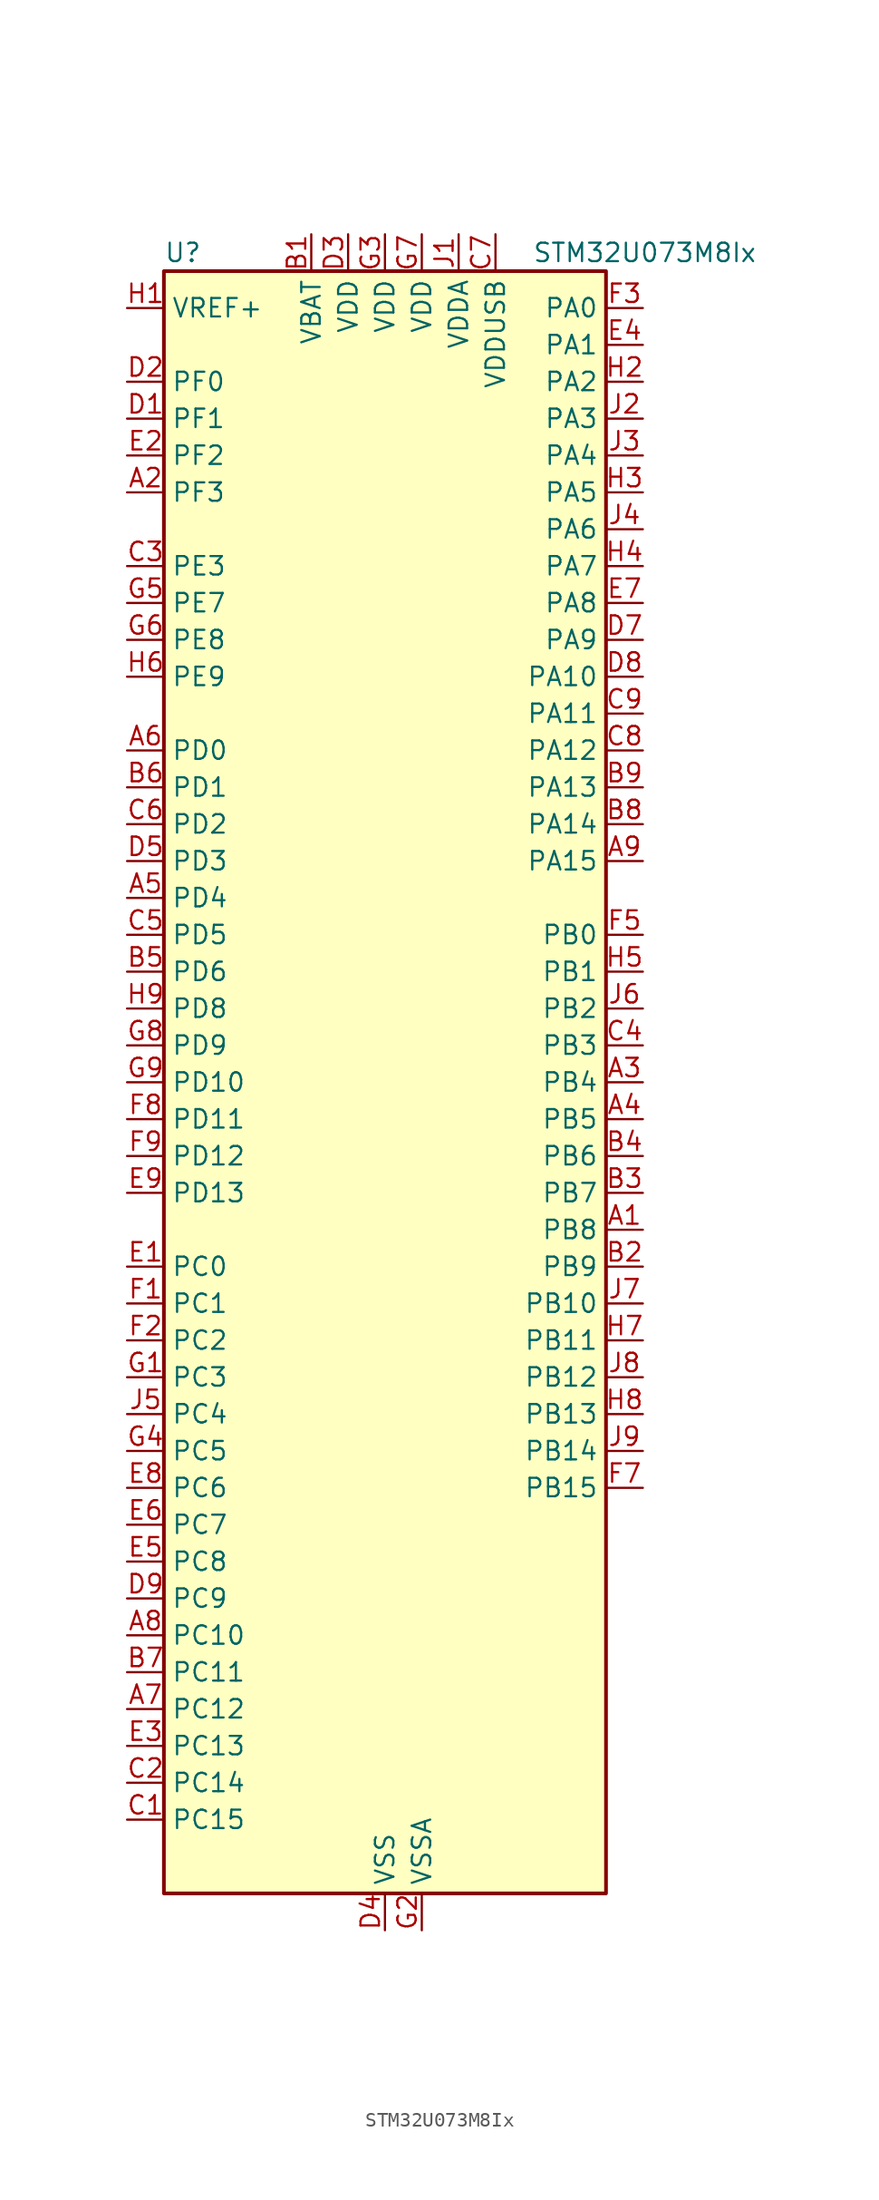
<source format=kicad_sym>
(kicad_symbol_lib
  (version 20231120)
  (generator "kicad_symbol_editor")
  (generator_version "8.99")
  (symbol "STM32U073M8Ix"
    (property "Reference" "U"
      (at -15.24 57.15 0)
      (effects (font (size 1.27 1.27)) (justify left)))
    (property "Value" "STM32U073M8Ix"
      (at 10.16 57.15 0)
      (effects (font (size 1.27 1.27)) (justify left)))
    (property "ki_locked" ""
      (at 0 0 0)
      (effects (font (size 1.27 1.27))))
    (symbol "STM32U073M8Ix_0_1"
      (rectangle (start -15.24 -55.88) (end 15.24 55.88) (stroke (width 0.254) (type default)) (fill (type background))))
    (symbol "STM32U073M8Ix_1_1"
      (pin bidirectional line (at 17.78 -10.16 180) (length 2.54) (name "PB8" (effects (font (size 1.27 1.27)))) (number "A1" (effects (font (size 1.27 1.27)))) (alternate "I2C1_SCL" bidirectional line) (alternate "I2C2_SCL" bidirectional line) (alternate "LCD_SEG16" bidirectional line) (alternate "LPTIM1_IN2" bidirectional line) (alternate "LPTIM3_IN2" bidirectional line) (alternate "TIM16_CH1" bidirectional line) (alternate "USART3_TX" bidirectional line))
      (pin bidirectional line (at -17.78 40.64 0) (length 2.54) (name "PF3" (effects (font (size 1.27 1.27)))) (number "A2" (effects (font (size 1.27 1.27)))))
      (pin bidirectional line (at 17.78 0 180) (length 2.54) (name "PB4" (effects (font (size 1.27 1.27)))) (number "A3" (effects (font (size 1.27 1.27)))) (alternate "COMP2_INP" bidirectional line) (alternate "I2C2_SDA" bidirectional line) (alternate "I2C3_SDA" bidirectional line) (alternate "LCD_SEG8" bidirectional line) (alternate "LPTIM1_CH4" bidirectional line) (alternate "LPUART3_DE" bidirectional line) (alternate "LPUART3_RTS" bidirectional line) (alternate "SPI1_MISO" bidirectional line) (alternate "SPI3_MISO" bidirectional line) (alternate "TIM3_CH1" bidirectional line) (alternate "TSC_G2_IO1" bidirectional line) (alternate "USART1_CTS" bidirectional line))
      (pin bidirectional line (at 17.78 -2.54 180) (length 2.54) (name "PB5" (effects (font (size 1.27 1.27)))) (number "A4" (effects (font (size 1.27 1.27)))) (alternate "COMP2_OUT" bidirectional line) (alternate "LCD_SEG9" bidirectional line) (alternate "LPTIM1_IN1" bidirectional line) (alternate "LPUART3_CTS" bidirectional line) (alternate "SPI1_MOSI" bidirectional line) (alternate "SPI3_MOSI" bidirectional line) (alternate "TIM16_BKIN" bidirectional line) (alternate "TIM3_CH2" bidirectional line) (alternate "TSC_G2_IO2" bidirectional line) (alternate "USART1_CK" bidirectional line))
      (pin bidirectional line (at -17.78 12.7 0) (length 2.54) (name "PD4" (effects (font (size 1.27 1.27)))) (number "A5" (effects (font (size 1.27 1.27)))) (alternate "LCD_SEG37" bidirectional line) (alternate "LPTIM1_CH3" bidirectional line) (alternate "SPI2_MOSI" bidirectional line) (alternate "USART2_DE" bidirectional line) (alternate "USART2_RTS" bidirectional line))
      (pin bidirectional line (at -17.78 22.86 0) (length 2.54) (name "PD0" (effects (font (size 1.27 1.27)))) (number "A6" (effects (font (size 1.27 1.27)))) (alternate "LCD_SEG34" bidirectional line) (alternate "SPI2_NSS" bidirectional line))
      (pin bidirectional line (at -17.78 -43.18 0) (length 2.54) (name "PC12" (effects (font (size 1.27 1.27)))) (number "A7" (effects (font (size 1.27 1.27)))) (alternate "LCD_COM6" bidirectional line) (alternate "LCD_SEG30" bidirectional line) (alternate "LCD_SEG50" bidirectional line) (alternate "LPTIM3_CH3" bidirectional line) (alternate "SPI3_MOSI" bidirectional line) (alternate "USART3_CK" bidirectional line) (alternate "USART4_CK" bidirectional line))
      (pin bidirectional line (at -17.78 -38.1 0) (length 2.54) (name "PC10" (effects (font (size 1.27 1.27)))) (number "A8" (effects (font (size 1.27 1.27)))) (alternate "LCD_COM4" bidirectional line) (alternate "LCD_SEG28" bidirectional line) (alternate "LCD_SEG48" bidirectional line) (alternate "LPTIM3_ETR" bidirectional line) (alternate "SPI3_SCK" bidirectional line) (alternate "TSC_G3_IO2" bidirectional line) (alternate "USART3_TX" bidirectional line) (alternate "USART4_TX" bidirectional line))
      (pin bidirectional line (at 17.78 15.24 180) (length 2.54) (name "PA15" (effects (font (size 1.27 1.27)))) (number "A9" (effects (font (size 1.27 1.27)))) (alternate "DEBUG_JTDI" bidirectional line) (alternate "LCD_SEG17" bidirectional line) (alternate "LPTIM3_CH3" bidirectional line) (alternate "LPTIM3_IN2" bidirectional line) (alternate "SPI1_NSS" bidirectional line) (alternate "SPI3_NSS" bidirectional line) (alternate "TIM2_CH1" bidirectional line) (alternate "TIM2_ETR" bidirectional line) (alternate "TSC_G3_IO1" bidirectional line) (alternate "USART2_RX" bidirectional line) (alternate "USART3_DE" bidirectional line) (alternate "USART3_RTS" bidirectional line) (alternate "USART4_DE" bidirectional line) (alternate "USART4_RTS" bidirectional line))
      (pin power_in line (at -5.08 58.42 270) (length 2.54) (name "VBAT" (effects (font (size 1.27 1.27)))) (number "B1" (effects (font (size 1.27 1.27)))))
      (pin bidirectional line (at 17.78 -12.7 180) (length 2.54) (name "PB9" (effects (font (size 1.27 1.27)))) (number "B2" (effects (font (size 1.27 1.27)))) (alternate "DAC1_EXTI9" bidirectional line) (alternate "I2C1_SDA" bidirectional line) (alternate "I2C2_SDA" bidirectional line) (alternate "IR_OUT" bidirectional line) (alternate "LCD_COM3" bidirectional line) (alternate "LPTIM1_CH4" bidirectional line) (alternate "LPTIM3_CH4" bidirectional line) (alternate "SPI2_NSS" bidirectional line) (alternate "USART3_RX" bidirectional line))
      (pin bidirectional line (at 17.78 -7.62 180) (length 2.54) (name "PB7" (effects (font (size 1.27 1.27)))) (number "B3" (effects (font (size 1.27 1.27)))) (alternate "COMP2_INM" bidirectional line) (alternate "I2C1_SDA" bidirectional line) (alternate "I2C2_SDA" bidirectional line) (alternate "I2C4_SDA" bidirectional line) (alternate "LCD_SEG21" bidirectional line) (alternate "LPTIM1_IN2" bidirectional line) (alternate "LPUART2_RX" bidirectional line) (alternate "LPUART3_RX" bidirectional line) (alternate "PWR_PVD_IN" bidirectional line) (alternate "TSC_G2_IO4" bidirectional line) (alternate "USART1_RX" bidirectional line) (alternate "USART4_CTS" bidirectional line))
      (pin bidirectional line (at 17.78 -5.08 180) (length 2.54) (name "PB6" (effects (font (size 1.27 1.27)))) (number "B4" (effects (font (size 1.27 1.27)))) (alternate "COMP2_INP" bidirectional line) (alternate "I2C1_SCL" bidirectional line) (alternate "I2C2_SCL" bidirectional line) (alternate "I2C4_SCL" bidirectional line) (alternate "LPTIM1_ETR" bidirectional line) (alternate "LPUART2_TX" bidirectional line) (alternate "LPUART3_TX" bidirectional line) (alternate "TIM16_CH1N" bidirectional line) (alternate "TSC_G2_IO3" bidirectional line) (alternate "USART1_TX" bidirectional line))
      (pin bidirectional line (at -17.78 7.62 0) (length 2.54) (name "PD6" (effects (font (size 1.27 1.27)))) (number "B5" (effects (font (size 1.27 1.27)))) (alternate "LCD_SEG39" bidirectional line) (alternate "USART2_RX" bidirectional line))
      (pin bidirectional line (at -17.78 20.32 0) (length 2.54) (name "PD1" (effects (font (size 1.27 1.27)))) (number "B6" (effects (font (size 1.27 1.27)))) (alternate "LCD_SEG35" bidirectional line) (alternate "LPTIM1_CH4" bidirectional line) (alternate "SPI2_SCK" bidirectional line))
      (pin bidirectional line (at -17.78 -40.64 0) (length 2.54) (name "PC11" (effects (font (size 1.27 1.27)))) (number "B7" (effects (font (size 1.27 1.27)))) (alternate "ADC1_EXTI11" bidirectional line) (alternate "LCD_COM5" bidirectional line) (alternate "LCD_SEG29" bidirectional line) (alternate "LCD_SEG49" bidirectional line) (alternate "LPTIM3_IN1" bidirectional line) (alternate "SPI3_MISO" bidirectional line) (alternate "TSC_G3_IO3" bidirectional line) (alternate "USART3_RX" bidirectional line) (alternate "USART4_RX" bidirectional line))
      (pin bidirectional line (at 17.78 17.78 180) (length 2.54) (name "PA14" (effects (font (size 1.27 1.27)))) (number "B8" (effects (font (size 1.27 1.27)))) (alternate "DEBUG_JTCK-SWCLK" bidirectional line) (alternate "LCD_SEG41" bidirectional line) (alternate "LPTIM1_CH1" bidirectional line) (alternate "TSC_G3_IO4" bidirectional line))
      (pin bidirectional line (at 17.78 20.32 180) (length 2.54) (name "PA13" (effects (font (size 1.27 1.27)))) (number "B9" (effects (font (size 1.27 1.27)))) (alternate "DEBUG_JTMS-SWDIO" bidirectional line) (alternate "IR_OUT" bidirectional line) (alternate "LCD_SEG40" bidirectional line) (alternate "TSC_G7_IO4" bidirectional line) (alternate "USB_NOE" bidirectional line))
      (pin bidirectional line (at -17.78 -50.8 0) (length 2.54) (name "PC15" (effects (font (size 1.27 1.27)))) (number "C1" (effects (font (size 1.27 1.27)))) (alternate "RCC_OSC32_EN" bidirectional line) (alternate "RCC_OSC32_OUT" bidirectional line) (alternate "RCC_OSC_EN" bidirectional line))
      (pin bidirectional line (at -17.78 -48.26 0) (length 2.54) (name "PC14" (effects (font (size 1.27 1.27)))) (number "C2" (effects (font (size 1.27 1.27)))) (alternate "RCC_OSC32_IN" bidirectional line))
      (pin bidirectional line (at -17.78 35.56 0) (length 2.54) (name "PE3" (effects (font (size 1.27 1.27)))) (number "C3" (effects (font (size 1.27 1.27)))) (alternate "TIM3_CH1" bidirectional line))
      (pin bidirectional line (at 17.78 2.54 180) (length 2.54) (name "PB3" (effects (font (size 1.27 1.27)))) (number "C4" (effects (font (size 1.27 1.27)))) (alternate "COMP2_INM" bidirectional line) (alternate "DEBUG_JTDO-SWO" bidirectional line) (alternate "I2C2_SCL" bidirectional line) (alternate "I2C3_SCL" bidirectional line) (alternate "LCD_SEG7" bidirectional line) (alternate "LPTIM1_CH3" bidirectional line) (alternate "SPI1_SCK" bidirectional line) (alternate "SPI3_SCK" bidirectional line) (alternate "TIM2_CH2" bidirectional line) (alternate "USART1_DE" bidirectional line) (alternate "USART1_RTS" bidirectional line))
      (pin bidirectional line (at -17.78 10.16 0) (length 2.54) (name "PD5" (effects (font (size 1.27 1.27)))) (number "C5" (effects (font (size 1.27 1.27)))) (alternate "LCD_SEG38" bidirectional line) (alternate "USART2_TX" bidirectional line))
      (pin bidirectional line (at -17.78 17.78 0) (length 2.54) (name "PD2" (effects (font (size 1.27 1.27)))) (number "C6" (effects (font (size 1.27 1.27)))) (alternate "LCD_COM7" bidirectional line) (alternate "LCD_SEG31" bidirectional line) (alternate "LCD_SEG51" bidirectional line) (alternate "TIM3_ETR" bidirectional line) (alternate "TSC_SYNC" bidirectional line) (alternate "USART3_DE" bidirectional line) (alternate "USART3_RTS" bidirectional line))
      (pin power_in line (at 7.62 58.42 270) (length 2.54) (name "VDDUSB" (effects (font (size 1.27 1.27)))) (number "C7" (effects (font (size 1.27 1.27)))))
      (pin bidirectional line (at 17.78 22.86 180) (length 2.54) (name "PA12" (effects (font (size 1.27 1.27)))) (number "C8" (effects (font (size 1.27 1.27)))) (alternate "SPI1_MOSI" bidirectional line) (alternate "SPI2_MOSI" bidirectional line) (alternate "TIM1_ETR" bidirectional line) (alternate "USART1_DE" bidirectional line) (alternate "USART1_RTS" bidirectional line) (alternate "USB_DP" bidirectional line))
      (pin bidirectional line (at 17.78 25.4 180) (length 2.54) (name "PA11" (effects (font (size 1.27 1.27)))) (number "C9" (effects (font (size 1.27 1.27)))) (alternate "ADC1_EXTI11" bidirectional line) (alternate "COMP1_OUT" bidirectional line) (alternate "SPI1_MISO" bidirectional line) (alternate "SPI2_MISO" bidirectional line) (alternate "TIM1_BKIN2" bidirectional line) (alternate "TIM1_CH4" bidirectional line) (alternate "USART1_CTS" bidirectional line) (alternate "USB_DM" bidirectional line))
      (pin bidirectional line (at -17.78 45.72 0) (length 2.54) (name "PF1" (effects (font (size 1.27 1.27)))) (number "D1" (effects (font (size 1.27 1.27)))) (alternate "RCC_OSC_EN" bidirectional line) (alternate "RCC_OSC_OUT" bidirectional line))
      (pin bidirectional line (at -17.78 48.26 0) (length 2.54) (name "PF0" (effects (font (size 1.27 1.27)))) (number "D2" (effects (font (size 1.27 1.27)))) (alternate "RCC_OSC_IN" bidirectional line))
      (pin power_in line (at -2.54 58.42 270) (length 2.54) (name "VDD" (effects (font (size 1.27 1.27)))) (number "D3" (effects (font (size 1.27 1.27)))))
      (pin power_in line (at 0 -58.42 90) (length 2.54) (name "VSS" (effects (font (size 1.27 1.27)))) (number "D4" (effects (font (size 1.27 1.27)))))
      (pin bidirectional line (at -17.78 15.24 0) (length 2.54) (name "PD3" (effects (font (size 1.27 1.27)))) (number "D5" (effects (font (size 1.27 1.27)))) (alternate "LCD_SEG36" bidirectional line) (alternate "SPI2_MISO" bidirectional line) (alternate "USART2_CTS" bidirectional line))
      (pin passive line (at 0 -58.42 90) (length 2.54) hide (name "VSS" (effects (font (size 1.27 1.27)))) (number "D6" (effects (font (size 1.27 1.27)))))
      (pin bidirectional line (at 17.78 30.48 180) (length 2.54) (name "PA9" (effects (font (size 1.27 1.27)))) (number "D7" (effects (font (size 1.27 1.27)))) (alternate "COMP1_INP" bidirectional line) (alternate "DAC1_EXTI9" bidirectional line) (alternate "I2C1_SCL" bidirectional line) (alternate "I2C2_SCL" bidirectional line) (alternate "LCD_COM1" bidirectional line) (alternate "RCC_MCO" bidirectional line) (alternate "TIM15_BKIN" bidirectional line) (alternate "TIM1_CH2" bidirectional line) (alternate "TSC_G7_IO2" bidirectional line) (alternate "USART1_TX" bidirectional line))
      (pin bidirectional line (at 17.78 27.94 180) (length 2.54) (name "PA10" (effects (font (size 1.27 1.27)))) (number "D8" (effects (font (size 1.27 1.27)))) (alternate "CRS_SYNC" bidirectional line) (alternate "I2C1_SDA" bidirectional line) (alternate "I2C2_SDA" bidirectional line) (alternate "LCD_COM2" bidirectional line) (alternate "RCC_MCO2" bidirectional line) (alternate "SPI2_NSS" bidirectional line) (alternate "TIM1_CH3" bidirectional line) (alternate "TSC_G7_IO3" bidirectional line) (alternate "USART1_RX" bidirectional line))
      (pin bidirectional line (at -17.78 -35.56 0) (length 2.54) (name "PC9" (effects (font (size 1.27 1.27)))) (number "D9" (effects (font (size 1.27 1.27)))) (alternate "DAC1_EXTI9" bidirectional line) (alternate "LCD_SEG27" bidirectional line) (alternate "LPTIM3_CH2" bidirectional line) (alternate "TIM3_CH4" bidirectional line) (alternate "TSC_G4_IO4" bidirectional line) (alternate "USB_NOE" bidirectional line))
      (pin bidirectional line (at -17.78 -12.7 0) (length 2.54) (name "PC0" (effects (font (size 1.27 1.27)))) (number "E1" (effects (font (size 1.27 1.27)))) (alternate "ADC1_IN0" bidirectional line) (alternate "I2C3_SCL" bidirectional line) (alternate "I2C4_SCL" bidirectional line) (alternate "LCD_BIAS1" bidirectional line) (alternate "LCD_SEG18" bidirectional line) (alternate "LPTIM1_IN1" bidirectional line) (alternate "LPTIM2_IN1" bidirectional line) (alternate "LPUART1_RX" bidirectional line) (alternate "LPUART2_TX" bidirectional line))
      (pin bidirectional line (at -17.78 43.18 0) (length 2.54) (name "PF2" (effects (font (size 1.27 1.27)))) (number "E2" (effects (font (size 1.27 1.27)))) (alternate "RCC_MCO" bidirectional line))
      (pin bidirectional line (at -17.78 -45.72 0) (length 2.54) (name "PC13" (effects (font (size 1.27 1.27)))) (number "E3" (effects (font (size 1.27 1.27)))) (alternate "LPTIM1_CH3" bidirectional line) (alternate "LPTIM3_CH3" bidirectional line) (alternate "PWR_WKUP2" bidirectional line) (alternate "RTC_OUT1" bidirectional line) (alternate "RTC_TS" bidirectional line) (alternate "TAMP_IN1" bidirectional line))
      (pin bidirectional line (at 17.78 50.8 180) (length 2.54) (name "PA1" (effects (font (size 1.27 1.27)))) (number "E4" (effects (font (size 1.27 1.27)))) (alternate "ADC1_IN5" bidirectional line) (alternate "COMP1_INP" bidirectional line) (alternate "LCD_SEG0" bidirectional line) (alternate "LPTIM1_CH2" bidirectional line) (alternate "OPAMP1_VINM" bidirectional line) (alternate "PWR_WKUP3" bidirectional line) (alternate "SPI1_SCK" bidirectional line) (alternate "SPI2_SCK" bidirectional line) (alternate "TAMP_IN5" bidirectional line) (alternate "TIM15_CH1N" bidirectional line) (alternate "TIM2_CH2" bidirectional line) (alternate "USART2_DE" bidirectional line) (alternate "USART2_RTS" bidirectional line) (alternate "USART4_RX" bidirectional line))
      (pin bidirectional line (at -17.78 -33.02 0) (length 2.54) (name "PC8" (effects (font (size 1.27 1.27)))) (number "E5" (effects (font (size 1.27 1.27)))) (alternate "LCD_SEG26" bidirectional line) (alternate "LPTIM3_CH1" bidirectional line) (alternate "TIM3_CH3" bidirectional line) (alternate "TSC_G4_IO3" bidirectional line))
      (pin bidirectional line (at -17.78 -30.48 0) (length 2.54) (name "PC7" (effects (font (size 1.27 1.27)))) (number "E6" (effects (font (size 1.27 1.27)))) (alternate "LCD_SEG25" bidirectional line) (alternate "LPTIM2_CH2" bidirectional line) (alternate "LPTIM3_CH4" bidirectional line) (alternate "LPUART2_RX" bidirectional line) (alternate "TIM3_CH2" bidirectional line) (alternate "TSC_G4_IO2" bidirectional line))
      (pin bidirectional line (at 17.78 33.02 180) (length 2.54) (name "PA8" (effects (font (size 1.27 1.27)))) (number "E7" (effects (font (size 1.27 1.27)))) (alternate "LCD_COM0" bidirectional line) (alternate "LPTIM2_CH1" bidirectional line) (alternate "RCC_MCO" bidirectional line) (alternate "RCC_MCO2" bidirectional line) (alternate "TIM1_CH1" bidirectional line) (alternate "TSC_G7_IO1" bidirectional line) (alternate "USART1_CK" bidirectional line))
      (pin bidirectional line (at -17.78 -27.94 0) (length 2.54) (name "PC6" (effects (font (size 1.27 1.27)))) (number "E8" (effects (font (size 1.27 1.27)))) (alternate "COMP1_INP" bidirectional line) (alternate "LCD_SEG24" bidirectional line) (alternate "LPUART2_TX" bidirectional line) (alternate "TIM3_CH1" bidirectional line) (alternate "TSC_G4_IO1" bidirectional line))
      (pin bidirectional line (at -17.78 -7.62 0) (length 2.54) (name "PD13" (effects (font (size 1.27 1.27)))) (number "E9" (effects (font (size 1.27 1.27)))) (alternate "I2C4_SDA" bidirectional line) (alternate "LCD_SEG33" bidirectional line) (alternate "LPTIM2_CH1" bidirectional line) (alternate "TSC_G6_IO4" bidirectional line))
      (pin bidirectional line (at -17.78 -15.24 0) (length 2.54) (name "PC1" (effects (font (size 1.27 1.27)))) (number "F1" (effects (font (size 1.27 1.27)))) (alternate "ADC1_IN1" bidirectional line) (alternate "I2C3_SDA" bidirectional line) (alternate "I2C4_SDA" bidirectional line) (alternate "LCD_BIAS2" bidirectional line) (alternate "LCD_SEG19" bidirectional line) (alternate "LPTIM1_CH1" bidirectional line) (alternate "LPUART1_TX" bidirectional line) (alternate "LPUART2_RX" bidirectional line))
      (pin bidirectional line (at -17.78 -17.78 0) (length 2.54) (name "PC2" (effects (font (size 1.27 1.27)))) (number "F2" (effects (font (size 1.27 1.27)))) (alternate "ADC1_IN2" bidirectional line) (alternate "LCD_BIAS3" bidirectional line) (alternate "LCD_SEG20" bidirectional line) (alternate "LPTIM1_IN2" bidirectional line) (alternate "RCC_MCO2" bidirectional line) (alternate "SPI2_MISO" bidirectional line))
      (pin bidirectional line (at 17.78 53.34 180) (length 2.54) (name "PA0" (effects (font (size 1.27 1.27)))) (number "F3" (effects (font (size 1.27 1.27)))) (alternate "ADC1_IN4" bidirectional line) (alternate "COMP1_INM" bidirectional line) (alternate "COMP1_OUT" bidirectional line) (alternate "LCD_SEG42" bidirectional line) (alternate "OPAMP1_VINP" bidirectional line) (alternate "PWR_WKUP1" bidirectional line) (alternate "TAMP_IN2" bidirectional line) (alternate "TIM2_CH1" bidirectional line) (alternate "TIM2_ETR" bidirectional line) (alternate "USART2_CTS" bidirectional line) (alternate "USART4_TX" bidirectional line))
      (pin passive line (at 0 -58.42 90) (length 2.54) hide (name "VSS" (effects (font (size 1.27 1.27)))) (number "F4" (effects (font (size 1.27 1.27)))))
      (pin bidirectional line (at 17.78 10.16 180) (length 2.54) (name "PB0" (effects (font (size 1.27 1.27)))) (number "F5" (effects (font (size 1.27 1.27)))) (alternate "ADC1_IN17" bidirectional line) (alternate "COMP1_OUT" bidirectional line) (alternate "LCD_SEG5" bidirectional line) (alternate "LPTIM3_CH1" bidirectional line) (alternate "LPUART2_CTS" bidirectional line) (alternate "SPI1_NSS" bidirectional line) (alternate "TIM1_CH2N" bidirectional line) (alternate "TIM3_CH3" bidirectional line) (alternate "TSC_G5_IO2" bidirectional line) (alternate "USART3_CK" bidirectional line))
      (pin passive line (at 0 -58.42 90) (length 2.54) hide (name "VSS" (effects (font (size 1.27 1.27)))) (number "F6" (effects (font (size 1.27 1.27)))))
      (pin bidirectional line (at 17.78 -27.94 180) (length 2.54) (name "PB15" (effects (font (size 1.27 1.27)))) (number "F7" (effects (font (size 1.27 1.27)))) (alternate "LCD_SEG15" bidirectional line) (alternate "PWR_WKUP7" bidirectional line) (alternate "RTC_REFIN" bidirectional line) (alternate "SPI2_MOSI" bidirectional line) (alternate "TAMP_IN3" bidirectional line) (alternate "TIM15_CH2" bidirectional line) (alternate "TIM1_CH3N" bidirectional line) (alternate "TSC_G1_IO4" bidirectional line))
      (pin bidirectional line (at -17.78 -2.54 0) (length 2.54) (name "PD11" (effects (font (size 1.27 1.27)))) (number "F8" (effects (font (size 1.27 1.27)))) (alternate "ADC1_EXTI11" bidirectional line) (alternate "LCD_SEG31" bidirectional line) (alternate "LPTIM2_ETR" bidirectional line) (alternate "LPUART3_CTS" bidirectional line) (alternate "TSC_G6_IO2" bidirectional line) (alternate "USART3_CTS" bidirectional line))
      (pin bidirectional line (at -17.78 -5.08 0) (length 2.54) (name "PD12" (effects (font (size 1.27 1.27)))) (number "F9" (effects (font (size 1.27 1.27)))) (alternate "I2C4_SCL" bidirectional line) (alternate "LCD_SEG32" bidirectional line) (alternate "LPTIM2_IN1" bidirectional line) (alternate "LPUART3_DE" bidirectional line) (alternate "LPUART3_RTS" bidirectional line) (alternate "TSC_G6_IO3" bidirectional line) (alternate "USART3_DE" bidirectional line) (alternate "USART3_RTS" bidirectional line))
      (pin bidirectional line (at -17.78 -20.32 0) (length 2.54) (name "PC3" (effects (font (size 1.27 1.27)))) (number "G1" (effects (font (size 1.27 1.27)))) (alternate "ADC1_IN3" bidirectional line) (alternate "LPTIM1_ETR" bidirectional line) (alternate "LPTIM2_ETR" bidirectional line) (alternate "LPTIM3_CH1" bidirectional line) (alternate "SPI2_MOSI" bidirectional line) (alternate "USART4_CK" bidirectional line))
      (pin power_in line (at 2.54 -58.42 90) (length 2.54) (name "VSSA" (effects (font (size 1.27 1.27)))) (number "G2" (effects (font (size 1.27 1.27)))))
      (pin power_in line (at 0 58.42 270) (length 2.54) (name "VDD" (effects (font (size 1.27 1.27)))) (number "G3" (effects (font (size 1.27 1.27)))))
      (pin bidirectional line (at -17.78 -25.4 0) (length 2.54) (name "PC5" (effects (font (size 1.27 1.27)))) (number "G4" (effects (font (size 1.27 1.27)))) (alternate "ADC1_IN16" bidirectional line) (alternate "COMP1_INP" bidirectional line) (alternate "LCD_SEG23" bidirectional line) (alternate "LPTIM3_CH3" bidirectional line) (alternate "LPUART3_RX" bidirectional line) (alternate "PWR_WKUP5" bidirectional line) (alternate "TAMP_IN4" bidirectional line) (alternate "USART3_RX" bidirectional line))
      (pin bidirectional line (at -17.78 33.02 0) (length 2.54) (name "PE7" (effects (font (size 1.27 1.27)))) (number "G5" (effects (font (size 1.27 1.27)))) (alternate "LCD_SEG45" bidirectional line) (alternate "TIM1_ETR" bidirectional line))
      (pin bidirectional line (at -17.78 30.48 0) (length 2.54) (name "PE8" (effects (font (size 1.27 1.27)))) (number "G6" (effects (font (size 1.27 1.27)))) (alternate "LCD_SEG46" bidirectional line) (alternate "TIM1_CH1N" bidirectional line))
      (pin power_in line (at 2.54 58.42 270) (length 2.54) (name "VDD" (effects (font (size 1.27 1.27)))) (number "G7" (effects (font (size 1.27 1.27)))))
      (pin bidirectional line (at -17.78 2.54 0) (length 2.54) (name "PD9" (effects (font (size 1.27 1.27)))) (number "G8" (effects (font (size 1.27 1.27)))) (alternate "DAC1_EXTI9" bidirectional line) (alternate "LCD_SEG29" bidirectional line) (alternate "LPTIM3_IN1" bidirectional line) (alternate "LPUART3_RX" bidirectional line) (alternate "USART3_RX" bidirectional line))
      (pin bidirectional line (at -17.78 0 0) (length 2.54) (name "PD10" (effects (font (size 1.27 1.27)))) (number "G9" (effects (font (size 1.27 1.27)))) (alternate "COMP2_INP" bidirectional line) (alternate "LCD_SEG30" bidirectional line) (alternate "LPTIM2_CH2" bidirectional line) (alternate "LPTIM3_ETR" bidirectional line) (alternate "TSC_G6_IO1" bidirectional line) (alternate "USART3_CK" bidirectional line))
      (pin input line (at -17.78 53.34 0) (length 2.54) (name "VREF+" (effects (font (size 1.27 1.27)))) (number "H1" (effects (font (size 1.27 1.27)))) (alternate "VREFBUF_OUT" bidirectional line))
      (pin bidirectional line (at 17.78 48.26 180) (length 2.54) (name "PA2" (effects (font (size 1.27 1.27)))) (number "H2" (effects (font (size 1.27 1.27)))) (alternate "ADC1_IN6" bidirectional line) (alternate "COMP2_INM" bidirectional line) (alternate "COMP2_OUT" bidirectional line) (alternate "LCD_SEG1" bidirectional line) (alternate "LPUART1_TX" bidirectional line) (alternate "PWR_WKUP4" bidirectional line) (alternate "RCC_LSCO" bidirectional line) (alternate "TIM15_CH1" bidirectional line) (alternate "TIM2_CH3" bidirectional line) (alternate "USART2_TX" bidirectional line))
      (pin bidirectional line (at 17.78 40.64 180) (length 2.54) (name "PA5" (effects (font (size 1.27 1.27)))) (number "H3" (effects (font (size 1.27 1.27)))) (alternate "ADC1_IN9" bidirectional line) (alternate "COMP1_INM" bidirectional line) (alternate "COMP2_INM" bidirectional line) (alternate "LCD_SEG44" bidirectional line) (alternate "LPTIM2_ETR" bidirectional line) (alternate "LPUART3_RX" bidirectional line) (alternate "SPI1_SCK" bidirectional line) (alternate "TIM2_CH1" bidirectional line) (alternate "TIM2_ETR" bidirectional line) (alternate "USART3_TX" bidirectional line))
      (pin bidirectional line (at 17.78 35.56 180) (length 2.54) (name "PA7" (effects (font (size 1.27 1.27)))) (number "H4" (effects (font (size 1.27 1.27)))) (alternate "ADC1_IN14" bidirectional line) (alternate "COMP2_OUT" bidirectional line) (alternate "I2C2_SCL" bidirectional line) (alternate "I2C3_SCL" bidirectional line) (alternate "LCD_SEG4" bidirectional line) (alternate "LPTIM2_CH2" bidirectional line) (alternate "SPI1_MOSI" bidirectional line) (alternate "TIM1_CH1N" bidirectional line) (alternate "TIM3_CH2" bidirectional line) (alternate "USART3_RX" bidirectional line))
      (pin bidirectional line (at 17.78 7.62 180) (length 2.54) (name "PB1" (effects (font (size 1.27 1.27)))) (number "H5" (effects (font (size 1.27 1.27)))) (alternate "ADC1_IN18" bidirectional line) (alternate "COMP1_INM" bidirectional line) (alternate "LCD_SEG6" bidirectional line) (alternate "LPTIM2_IN1" bidirectional line) (alternate "LPTIM3_CH2" bidirectional line) (alternate "LPUART1_DE" bidirectional line) (alternate "LPUART1_RTS" bidirectional line) (alternate "LPUART2_DE" bidirectional line) (alternate "LPUART2_RTS" bidirectional line) (alternate "TIM1_CH3N" bidirectional line) (alternate "TIM3_CH4" bidirectional line) (alternate "TSC_SYNC" bidirectional line) (alternate "USART3_DE" bidirectional line) (alternate "USART3_RTS" bidirectional line))
      (pin bidirectional line (at -17.78 27.94 0) (length 2.54) (name "PE9" (effects (font (size 1.27 1.27)))) (number "H6" (effects (font (size 1.27 1.27)))) (alternate "DAC1_EXTI9" bidirectional line) (alternate "LCD_SEG47" bidirectional line) (alternate "LPTIM1_CH3" bidirectional line) (alternate "TIM1_CH1" bidirectional line))
      (pin bidirectional line (at 17.78 -17.78 180) (length 2.54) (name "PB11" (effects (font (size 1.27 1.27)))) (number "H7" (effects (font (size 1.27 1.27)))) (alternate "ADC1_EXTI11" bidirectional line) (alternate "COMP2_OUT" bidirectional line) (alternate "I2C2_SDA" bidirectional line) (alternate "I2C4_SDA" bidirectional line) (alternate "LCD_SEG11" bidirectional line) (alternate "LPUART1_TX" bidirectional line) (alternate "LPUART2_TX" bidirectional line) (alternate "TIM2_CH4" bidirectional line) (alternate "TSC_G5_IO4" bidirectional line) (alternate "USART3_RX" bidirectional line))
      (pin bidirectional line (at 17.78 -22.86 180) (length 2.54) (name "PB13" (effects (font (size 1.27 1.27)))) (number "H8" (effects (font (size 1.27 1.27)))) (alternate "I2C2_SCL" bidirectional line) (alternate "LCD_SEG13" bidirectional line) (alternate "LPTIM3_IN1" bidirectional line) (alternate "LPUART1_CTS" bidirectional line) (alternate "SPI2_SCK" bidirectional line) (alternate "TIM15_CH1N" bidirectional line) (alternate "TIM1_CH1N" bidirectional line) (alternate "TSC_G1_IO2" bidirectional line) (alternate "USART3_CTS" bidirectional line))
      (pin bidirectional line (at -17.78 5.08 0) (length 2.54) (name "PD8" (effects (font (size 1.27 1.27)))) (number "H9" (effects (font (size 1.27 1.27)))) (alternate "LCD_SEG28" bidirectional line) (alternate "LPUART3_TX" bidirectional line) (alternate "USART3_TX" bidirectional line))
      (pin power_in line (at 5.08 58.42 270) (length 2.54) (name "VDDA" (effects (font (size 1.27 1.27)))) (number "J1" (effects (font (size 1.27 1.27)))))
      (pin bidirectional line (at 17.78 45.72 180) (length 2.54) (name "PA3" (effects (font (size 1.27 1.27)))) (number "J2" (effects (font (size 1.27 1.27)))) (alternate "ADC1_IN7" bidirectional line) (alternate "COMP2_INP" bidirectional line) (alternate "LCD_SEG2" bidirectional line) (alternate "LPUART1_RX" bidirectional line) (alternate "OPAMP1_VOUT" bidirectional line) (alternate "TIM15_CH2" bidirectional line) (alternate "TIM2_CH4" bidirectional line) (alternate "USART2_RX" bidirectional line))
      (pin bidirectional line (at 17.78 43.18 180) (length 2.54) (name "PA4" (effects (font (size 1.27 1.27)))) (number "J3" (effects (font (size 1.27 1.27)))) (alternate "ADC1_IN8" bidirectional line) (alternate "COMP1_INM" bidirectional line) (alternate "COMP2_INM" bidirectional line) (alternate "DAC1_OUT1" bidirectional line) (alternate "LCD_SEG43" bidirectional line) (alternate "LPTIM2_CH1" bidirectional line) (alternate "LPUART3_TX" bidirectional line) (alternate "SPI1_NSS" bidirectional line) (alternate "SPI3_NSS" bidirectional line) (alternate "USART2_CK" bidirectional line))
      (pin bidirectional line (at 17.78 38.1 180) (length 2.54) (name "PA6" (effects (font (size 1.27 1.27)))) (number "J4" (effects (font (size 1.27 1.27)))) (alternate "ADC1_IN10" bidirectional line) (alternate "COMP1_OUT" bidirectional line) (alternate "I2C2_SDA" bidirectional line) (alternate "I2C3_SDA" bidirectional line) (alternate "LCD_SEG3" bidirectional line) (alternate "LPUART1_CTS" bidirectional line) (alternate "SPI1_MISO" bidirectional line) (alternate "TIM16_CH1" bidirectional line) (alternate "TIM1_BKIN" bidirectional line) (alternate "TIM3_CH1" bidirectional line) (alternate "TSC_G5_IO1" bidirectional line) (alternate "USART3_CTS" bidirectional line))
      (pin bidirectional line (at -17.78 -22.86 0) (length 2.54) (name "PC4" (effects (font (size 1.27 1.27)))) (number "J5" (effects (font (size 1.27 1.27)))) (alternate "ADC1_IN15" bidirectional line) (alternate "COMP1_INM" bidirectional line) (alternate "LCD_SEG22" bidirectional line) (alternate "LPUART3_TX" bidirectional line) (alternate "USART3_TX" bidirectional line))
      (pin bidirectional line (at 17.78 5.08 180) (length 2.54) (name "PB2" (effects (font (size 1.27 1.27)))) (number "J6" (effects (font (size 1.27 1.27)))) (alternate "COMP1_INP" bidirectional line) (alternate "LPTIM1_CH1" bidirectional line) (alternate "RTC_OUT2" bidirectional line))
      (pin bidirectional line (at 17.78 -15.24 180) (length 2.54) (name "PB10" (effects (font (size 1.27 1.27)))) (number "J7" (effects (font (size 1.27 1.27)))) (alternate "COMP1_OUT" bidirectional line) (alternate "I2C2_SCL" bidirectional line) (alternate "I2C4_SCL" bidirectional line) (alternate "LCD_SEG10" bidirectional line) (alternate "LPTIM3_CH1" bidirectional line) (alternate "LPUART1_RX" bidirectional line) (alternate "LPUART2_RX" bidirectional line) (alternate "SPI2_SCK" bidirectional line) (alternate "TIM2_CH3" bidirectional line) (alternate "TSC_G5_IO3" bidirectional line) (alternate "USART3_TX" bidirectional line))
      (pin bidirectional line (at 17.78 -20.32 180) (length 2.54) (name "PB12" (effects (font (size 1.27 1.27)))) (number "J8" (effects (font (size 1.27 1.27)))) (alternate "LCD_SEG12" bidirectional line) (alternate "LPUART1_DE" bidirectional line) (alternate "LPUART1_RTS" bidirectional line) (alternate "SPI2_NSS" bidirectional line) (alternate "TIM15_BKIN" bidirectional line) (alternate "TIM1_BKIN" bidirectional line) (alternate "TSC_G1_IO1" bidirectional line) (alternate "USART3_CK" bidirectional line))
      (pin bidirectional line (at 17.78 -25.4 180) (length 2.54) (name "PB14" (effects (font (size 1.27 1.27)))) (number "J9" (effects (font (size 1.27 1.27)))) (alternate "I2C2_SDA" bidirectional line) (alternate "LCD_SEG14" bidirectional line) (alternate "LPTIM3_ETR" bidirectional line) (alternate "SPI2_MISO" bidirectional line) (alternate "TIM15_CH1" bidirectional line) (alternate "TIM1_CH2N" bidirectional line) (alternate "TSC_G1_IO3" bidirectional line) (alternate "USART3_DE" bidirectional line) (alternate "USART3_RTS" bidirectional line)))))
</source>
